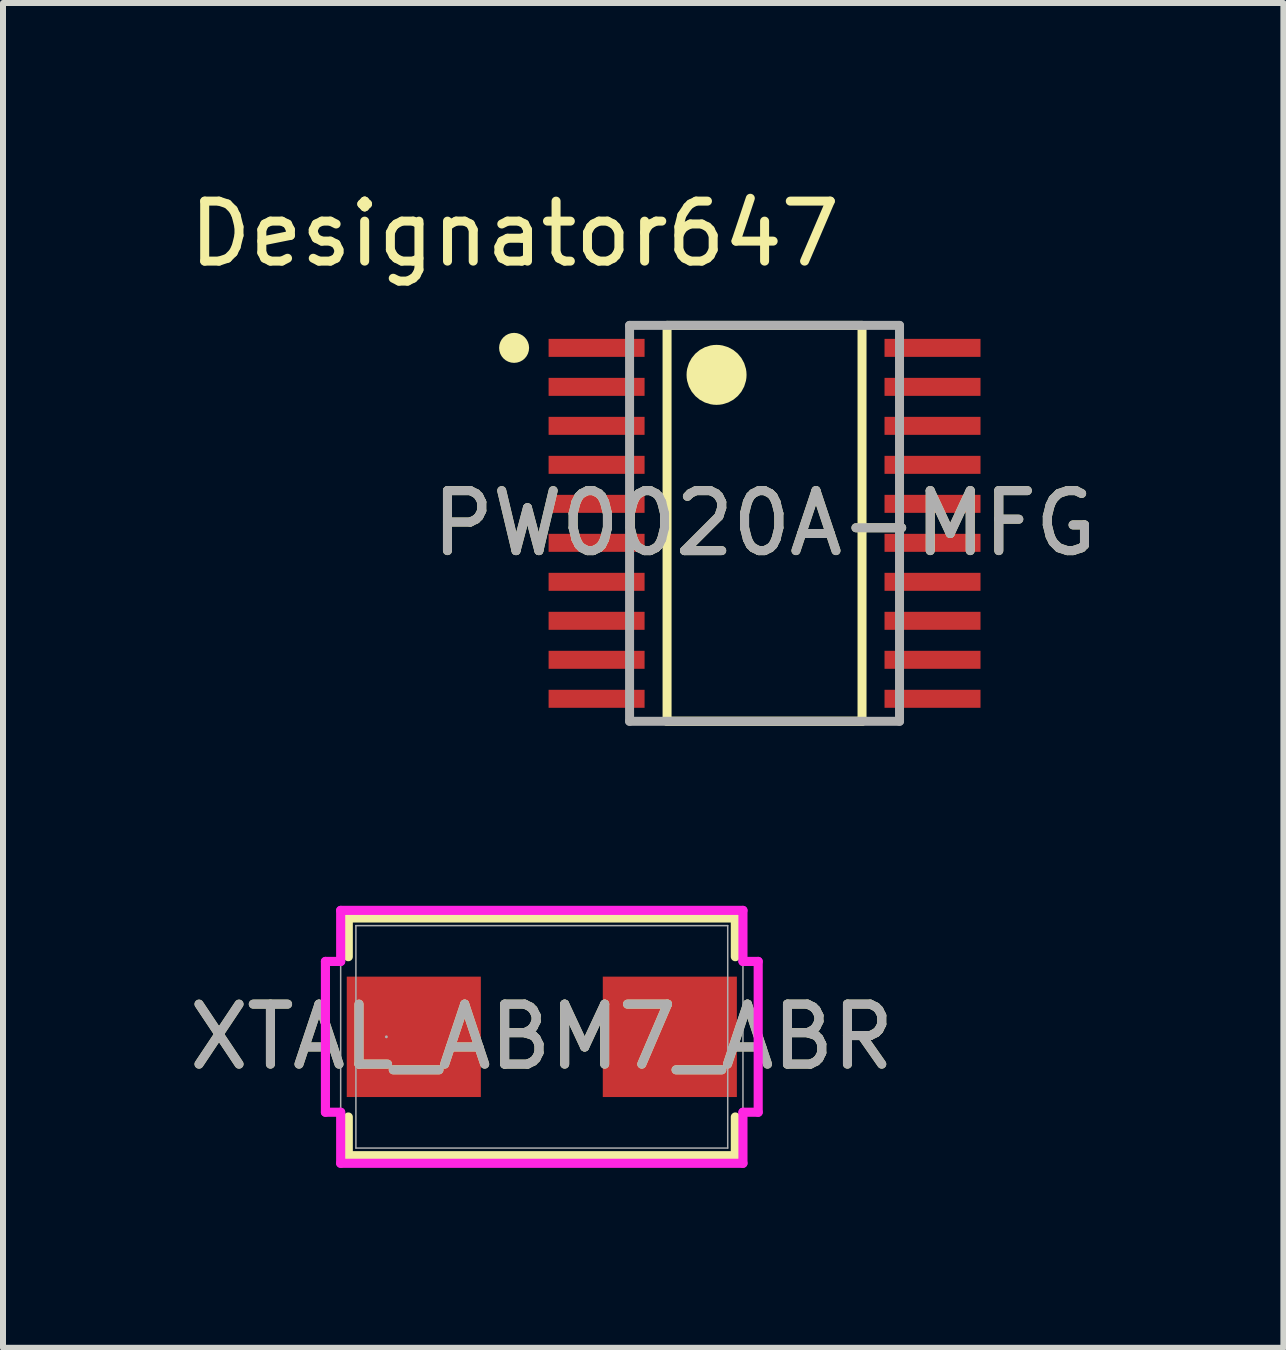
<source format=kicad_pcb>
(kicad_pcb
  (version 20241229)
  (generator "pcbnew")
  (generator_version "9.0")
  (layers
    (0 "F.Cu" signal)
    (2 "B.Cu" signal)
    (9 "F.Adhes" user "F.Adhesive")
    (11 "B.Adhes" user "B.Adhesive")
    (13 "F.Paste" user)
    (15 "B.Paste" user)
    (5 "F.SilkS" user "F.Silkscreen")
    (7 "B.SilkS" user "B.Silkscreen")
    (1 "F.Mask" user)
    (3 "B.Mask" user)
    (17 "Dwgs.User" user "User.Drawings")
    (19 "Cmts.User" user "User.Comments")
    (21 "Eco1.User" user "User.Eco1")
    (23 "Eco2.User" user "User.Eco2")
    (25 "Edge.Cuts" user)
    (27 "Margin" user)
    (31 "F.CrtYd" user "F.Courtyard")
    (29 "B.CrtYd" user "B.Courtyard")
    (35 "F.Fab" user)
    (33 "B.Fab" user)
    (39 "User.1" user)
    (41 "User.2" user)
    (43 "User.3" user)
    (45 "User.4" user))
  (footprint "PW0020A-MFG"
    (layer "F.Cu")
    (at 9.695 5.674)
    (property "Reference" "PW0020A-MFG" (at 0 0 0) (unlocked yes) (layer "F.SilkS") (effects (font (size 1 1) (thickness 0.15))))
    (attr smd)
    (fp_line (start -1.625 -3.3) (end 1.625 -3.3) (stroke (width 0.15) (type solid)) (layer "F.SilkS"))
    (fp_line (start -1.625 3.3) (end -1.625 -3.3) (stroke (width 0.15) (type solid)) (layer "F.SilkS"))
    (fp_line (start -1.625 3.3) (end 1.625 3.3) (stroke (width 0.15) (type solid)) (layer "F.SilkS"))
    (fp_line (start -1.625 3.3) (end 1.625 3.3) (stroke (width 0.15) (type solid)) (layer "F.SilkS"))
    (fp_line (start 1.625 3.3) (end 1.625 -3.3) (stroke (width 0.15) (type solid)) (layer "F.SilkS"))
    (fp_circle (center -4.175 -2.925) (end -4.05 -2.925) (stroke (width 0.25) (type solid)) (fill no) (layer "F.SilkS"))
    (fp_circle (center -0.8 -2.475) (end -0.55 -2.475) (stroke (width 0.5) (type solid)) (fill no) (layer "F.SilkS"))
    (fp_poly (pts (xy -3.575 -1.05) (xy -3.525 -1.1) (xy -2.075 -1.1) (xy -2.025 -1.05) (xy -2.025 -0.9) (xy -2.075 -0.85) (xy -3.525 -0.85) (xy -3.575 -0.9)) (stroke (width 0) (type solid)) (fill yes) (layer "F.Paste"))
    (fp_poly (pts (xy -3.575 0.25) (xy -3.525 0.2) (xy -2.075 0.2) (xy -2.025 0.25) (xy -2.025 0.4) (xy -2.075 0.45) (xy -3.525 0.45) (xy -3.575 0.4)) (stroke (width 0) (type solid)) (fill yes) (layer "F.Paste"))
    (fp_poly (pts (xy -3.575 1.05) (xy -3.575 0.9) (xy -3.525 0.85) (xy -2.075 0.85) (xy -2.025 0.9) (xy -2.025 1.05) (xy -2.075 1.1) (xy -3.525 1.1)) (stroke (width 0) (type solid)) (fill yes) (layer "F.Paste"))
    (fp_poly (pts (xy -3.575 2.2) (xy -3.525 2.15) (xy -2.075 2.15) (xy -2.025 2.2) (xy -2.025 2.35) (xy -2.075 2.4) (xy -3.525 2.4) (xy -3.575 2.35)) (stroke (width 0) (type solid)) (fill yes) (layer "F.Paste"))
    (fp_poly (pts (xy -3.525 -0.2) (xy -3.575 -0.25) (xy -3.575 -0.4) (xy -3.525 -0.45) (xy -2.075 -0.45) (xy -2.025 -0.4) (xy -2.025 -0.25) (xy -2.075 -0.2)) (stroke (width 0) (type solid)) (fill yes) (layer "F.Paste"))
    (fp_poly (pts (xy -2.075 -2.4) (xy -2.025 -2.35) (xy -2.025 -2.2) (xy -2.075 -2.15) (xy -3.525 -2.15) (xy -3.575 -2.2) (xy -3.575 -2.35) (xy -3.525 -2.4)) (stroke (width 0) (type solid)) (fill yes) (layer "F.Paste"))
    (fp_poly (pts (xy -2.075 -1.75) (xy -2.025 -1.7) (xy -2.025 -1.55) (xy -2.075 -1.5) (xy -3.525 -1.5) (xy -3.575 -1.55) (xy -3.575 -1.7) (xy -3.525 -1.75)) (stroke (width 0) (type solid)) (fill yes) (layer "F.Paste"))
    (fp_poly (pts (xy -2.025 -3) (xy -2.025 -2.85) (xy -2.075 -2.8) (xy -3.525 -2.8) (xy -3.575 -2.85) (xy -3.575 -3) (xy -3.525 -3.05) (xy -2.075 -3.05)) (stroke (width 0) (type solid)) (fill yes) (layer "F.Paste"))
    (fp_poly (pts (xy -2.025 1.7) (xy -2.075 1.75) (xy -3.525 1.75) (xy -3.575 1.7) (xy -3.575 1.55) (xy -3.525 1.5) (xy -2.075 1.5) (xy -2.025 1.55)) (stroke (width 0) (type solid)) (fill yes) (layer "F.Paste"))
    (fp_poly (pts (xy -2.025 2.85) (xy -2.025 3) (xy -2.075 3.05) (xy -3.525 3.05) (xy -3.575 3) (xy -3.575 2.85) (xy -3.525 2.8) (xy -2.075 2.8)) (stroke (width 0) (type solid)) (fill yes) (layer "F.Paste"))
    (fp_poly (pts (xy 2.025 1.05) (xy 2.025 0.9) (xy 2.075 0.85) (xy 3.525 0.85) (xy 3.575 0.9) (xy 3.575 1.05) (xy 3.525 1.1) (xy 2.075 1.1)) (stroke (width 0) (type solid)) (fill yes) (layer "F.Paste"))
    (fp_poly (pts (xy 2.025 1.55) (xy 2.075 1.5) (xy 3.525 1.5) (xy 3.575 1.55) (xy 3.575 1.7) (xy 3.525 1.75) (xy 2.075 1.75) (xy 2.025 1.7)) (stroke (width 0) (type solid)) (fill yes) (layer "F.Paste"))
    (fp_poly (pts (xy 2.075 -1.5) (xy 2.025 -1.55) (xy 2.025 -1.7) (xy 2.075 -1.75) (xy 3.525 -1.75) (xy 3.575 -1.7) (xy 3.575 -1.55) (xy 3.525 -1.5)) (stroke (width 0) (type solid)) (fill yes) (layer "F.Paste"))
    (fp_poly (pts (xy 2.075 -0.2) (xy 2.025 -0.25) (xy 2.025 -0.4) (xy 2.075 -0.45) (xy 3.525 -0.45) (xy 3.575 -0.4) (xy 3.575 -0.25) (xy 3.525 -0.2)) (stroke (width 0) (type solid)) (fill yes) (layer "F.Paste"))
    (fp_poly (pts (xy 2.075 2.8) (xy 3.525 2.8) (xy 3.575 2.85) (xy 3.575 3) (xy 3.525 3.05) (xy 2.075 3.05) (xy 2.025 3) (xy 2.025 2.85)) (stroke (width 0) (type solid)) (fill yes) (layer "F.Paste"))
    (fp_poly (pts (xy 3.525 -2.15) (xy 2.075 -2.15) (xy 2.025 -2.2) (xy 2.025 -2.35) (xy 2.075 -2.4) (xy 3.525 -2.4) (xy 3.575 -2.35) (xy 3.575 -2.2)) (stroke (width 0) (type solid)) (fill yes) (layer "F.Paste"))
    (fp_poly (pts (xy 3.575 -3) (xy 3.575 -2.85) (xy 3.525 -2.8) (xy 2.075 -2.8) (xy 2.025 -2.85) (xy 2.025 -3) (xy 2.075 -3.05) (xy 3.525 -3.05)) (stroke (width 0) (type solid)) (fill yes) (layer "F.Paste"))
    (fp_poly (pts (xy 3.575 -0.9) (xy 3.525 -0.85) (xy 2.075 -0.85) (xy 2.025 -0.9) (xy 2.025 -1.05) (xy 2.075 -1.1) (xy 3.525 -1.1) (xy 3.575 -1.05)) (stroke (width 0) (type solid)) (fill yes) (layer "F.Paste"))
    (fp_poly (pts (xy 3.575 0.4) (xy 3.525 0.45) (xy 2.075 0.45) (xy 2.025 0.4) (xy 2.025 0.25) (xy 2.075 0.2) (xy 3.525 0.2) (xy 3.575 0.25)) (stroke (width 0) (type solid)) (fill yes) (layer "F.Paste"))
    (fp_poly (pts (xy 3.575 2.2) (xy 3.575 2.35) (xy 3.525 2.4) (xy 2.075 2.4) (xy 2.025 2.35) (xy 2.025 2.2) (xy 2.075 2.15) (xy 3.525 2.15)) (stroke (width 0) (type solid)) (fill yes) (layer "F.Paste"))
    (fp_line (start -2.25 -3.3) (end 2.25 -3.3) (stroke (width 0.15) (type solid)) (layer "F.Fab"))
    (fp_line (start -2.25 3.3) (end -2.25 -3.3) (stroke (width 0.15) (type solid)) (layer "F.Fab"))
    (fp_line (start -2.25 3.3) (end 2.25 3.3) (stroke (width 0.15) (type solid)) (layer "F.Fab"))
    (fp_line (start 2.25 3.3) (end 2.25 -3.3) (stroke (width 0.15) (type solid)) (layer "F.Fab"))
    (fp_text user "Designator647" (at -4.166 -4.826 0) (unlocked yes) (layer "F.SilkS") (effects (font (size 1 1) (thickness 0.15))))
    (fp_text user "${REFERENCE}" (at 0 0 0) (unlocked yes) (layer "F.Fab") (effects (font (size 1 1) (thickness 0.15))))
    (pad "1" smd rect (at -2.8 -2.925) (size 1.6 0.3) (layers "F.Cu" "F.Mask"))
    (pad "2" smd rect (at -2.8 -2.275) (size 1.6 0.3) (layers "F.Cu" "F.Mask"))
    (pad "3" smd rect (at -2.8 -1.625) (size 1.6 0.3) (layers "F.Cu" "F.Mask"))
    (pad "4" smd rect (at -2.8 -0.975) (size 1.6 0.3) (layers "F.Cu" "F.Mask"))
    (pad "5" smd rect (at -2.8 -0.325) (size 1.6 0.3) (layers "F.Cu" "F.Mask"))
    (pad "6" smd rect (at -2.8 0.325) (size 1.6 0.3) (layers "F.Cu" "F.Mask"))
    (pad "7" smd rect (at -2.8 0.975) (size 1.6 0.3) (layers "F.Cu" "F.Mask"))
    (pad "8" smd rect (at -2.8 1.625) (size 1.6 0.3) (layers "F.Cu" "F.Mask"))
    (pad "9" smd rect (at -2.8 2.275) (size 1.6 0.3) (layers "F.Cu" "F.Mask"))
    (pad "10" smd rect (at -2.8 2.925) (size 1.6 0.3) (layers "F.Cu" "F.Mask"))
    (pad "11" smd rect (at 2.8 2.925) (size 1.6 0.3) (layers "F.Cu" "F.Mask"))
    (pad "12" smd rect (at 2.8 2.275) (size 1.6 0.3) (layers "F.Cu" "F.Mask"))
    (pad "13" smd rect (at 2.8 1.625) (size 1.6 0.3) (layers "F.Cu" "F.Mask"))
    (pad "14" smd rect (at 2.8 0.975) (size 1.6 0.3) (layers "F.Cu" "F.Mask"))
    (pad "15" smd rect (at 2.8 0.325) (size 1.6 0.3) (layers "F.Cu" "F.Mask"))
    (pad "16" smd rect (at 2.8 -0.325) (size 1.6 0.3) (layers "F.Cu" "F.Mask"))
    (pad "17" smd rect (at 2.8 -0.975) (size 1.6 0.3) (layers "F.Cu" "F.Mask"))
    (pad "18" smd rect (at 2.8 -1.625) (size 1.6 0.3) (layers "F.Cu" "F.Mask"))
    (pad "19" smd rect (at 2.8 -2.275) (size 1.6 0.3) (layers "F.Cu" "F.Mask"))
    (pad "20" smd rect (at 2.8 -2.925) (size 1.6 0.3) (layers "F.Cu" "F.Mask")))
  (footprint "XTAL_ABM7_ABR"
    (layer "F.Cu")
    (at 5.982 14.234)
    (property "Reference" "XTAL_ABM7_ABR" (at 0 0 0) (unlocked yes) (layer "F.SilkS") (effects (font (size 1 1) (thickness 0.15))))
    (attr smd)
    (fp_line (start -3.226 -1.981) (end -3.226 -1.336) (stroke (width 0.152) (type solid)) (layer "F.SilkS"))
    (fp_line (start -3.226 1.336) (end -3.226 1.981) (stroke (width 0.152) (type solid)) (layer "F.SilkS"))
    (fp_line (start -3.226 1.981) (end 3.226 1.981) (stroke (width 0.152) (type solid)) (layer "F.SilkS"))
    (fp_line (start 3.226 -1.981) (end -3.226 -1.981) (stroke (width 0.152) (type solid)) (layer "F.SilkS"))
    (fp_line (start 3.226 -1.336) (end 3.226 -1.981) (stroke (width 0.152) (type solid)) (layer "F.SilkS"))
    (fp_line (start 3.226 1.981) (end 3.226 1.336) (stroke (width 0.152) (type solid)) (layer "F.SilkS"))
    (fp_line (start -3.607 -1.257) (end -3.353 -1.257) (stroke (width 0.152) (type solid)) (layer "F.CrtYd"))
    (fp_line (start -3.607 1.257) (end -3.607 -1.257) (stroke (width 0.152) (type solid)) (layer "F.CrtYd"))
    (fp_line (start -3.353 -2.108) (end 3.353 -2.108) (stroke (width 0.152) (type solid)) (layer "F.CrtYd"))
    (fp_line (start -3.353 -1.257) (end -3.353 -2.108) (stroke (width 0.152) (type solid)) (layer "F.CrtYd"))
    (fp_line (start -3.353 1.257) (end -3.607 1.257) (stroke (width 0.152) (type solid)) (layer "F.CrtYd"))
    (fp_line (start -3.353 2.108) (end -3.353 1.257) (stroke (width 0.152) (type solid)) (layer "F.CrtYd"))
    (fp_line (start 3.353 -2.108) (end 3.353 -1.257) (stroke (width 0.152) (type solid)) (layer "F.CrtYd"))
    (fp_line (start 3.353 -1.257) (end 3.607 -1.257) (stroke (width 0.152) (type solid)) (layer "F.CrtYd"))
    (fp_line (start 3.353 1.257) (end 3.353 2.108) (stroke (width 0.152) (type solid)) (layer "F.CrtYd"))
    (fp_line (start 3.353 2.108) (end -3.353 2.108) (stroke (width 0.152) (type solid)) (layer "F.CrtYd"))
    (fp_line (start 3.607 -1.257) (end 3.607 1.257) (stroke (width 0.152) (type solid)) (layer "F.CrtYd"))
    (fp_line (start 3.607 1.257) (end 3.353 1.257) (stroke (width 0.152) (type solid)) (layer "F.CrtYd"))
    (fp_line (start -3.353 -2.108) (end 3.353 -2.108) (stroke (width 0.025) (type solid)) (layer "F.Fab"))
    (fp_line (start -3.353 2.108) (end -3.353 -2.108) (stroke (width 0.025) (type solid)) (layer "F.Fab"))
    (fp_line (start -3.099 -1.854) (end -3.099 1.854) (stroke (width 0.025) (type solid)) (layer "F.Fab"))
    (fp_line (start -3.099 1.854) (end 3.099 1.854) (stroke (width 0.025) (type solid)) (layer "F.Fab"))
    (fp_line (start 3.099 -1.854) (end -3.099 -1.854) (stroke (width 0.025) (type solid)) (layer "F.Fab"))
    (fp_line (start 3.099 1.854) (end 3.099 -1.854) (stroke (width 0.025) (type solid)) (layer "F.Fab"))
    (fp_line (start 3.353 -2.108) (end 3.353 2.108) (stroke (width 0.025) (type solid)) (layer "F.Fab"))
    (fp_line (start 3.353 2.108) (end -3.353 2.108) (stroke (width 0.025) (type solid)) (layer "F.Fab"))
    (fp_circle (center -2.591 0) (end -2.591 0) (stroke (width 0.025) (type solid)) (fill no) (layer "F.Fab"))
    (fp_text user "${REFERENCE}" (at 0 0 0) (unlocked yes) (layer "F.Fab") (effects (font (size 1 1) (thickness 0.15))))
    (pad "1" smd rect (at -2.134 0 90) (size 2.007 2.235) (layers "F.Cu" "F.Mask" "F.Paste"))
    (pad "2" smd rect (at 2.134 0 90) (size 2.007 2.235) (layers "F.Cu" "F.Mask" "F.Paste"))
    (zone (net_name "") (layer "F.Cu") (hatch full 0.508) (connect_pads) (min_thickness 0.254) (filled_areas_thickness no) (keepout (tracks not_allowed) (vias not_allowed) (pads allowed) (copperpour not_allowed) (footprints allowed)) (placement (enabled no)) (fill) (polygon (pts (xy 2.934 12.43) (xy 9.03 12.43) (xy 9.03 13.18) (xy 2.934 13.18))))
    (zone (net_name "") (layer "F.Cu") (hatch full 0.508) (connect_pads) (min_thickness 0.254) (filled_areas_thickness no) (keepout (tracks not_allowed) (vias not_allowed) (pads allowed) (copperpour not_allowed) (footprints allowed)) (placement (enabled no)) (fill) (polygon (pts (xy 2.934 15.288) (xy 9.03 15.288) (xy 9.03 16.037) (xy 2.934 16.037))))
    (zone (net_name "") (layer "F.Cu") (hatch full 0.508) (connect_pads) (min_thickness 0.254) (filled_areas_thickness no) (keepout (tracks not_allowed) (vias not_allowed) (pads allowed) (copperpour not_allowed) (footprints allowed)) (placement (enabled no)) (fill) (polygon (pts (xy 5.017 13.18) (xy 6.947 13.18) (xy 6.947 15.288) (xy 5.017 15.288)))))
  (gr_rect
    (start -3 -3)
    (end 18.344 19.418)
    (stroke (width 0.1) (type default))
    (fill no)
    (layer "Edge.Cuts")))
</source>
